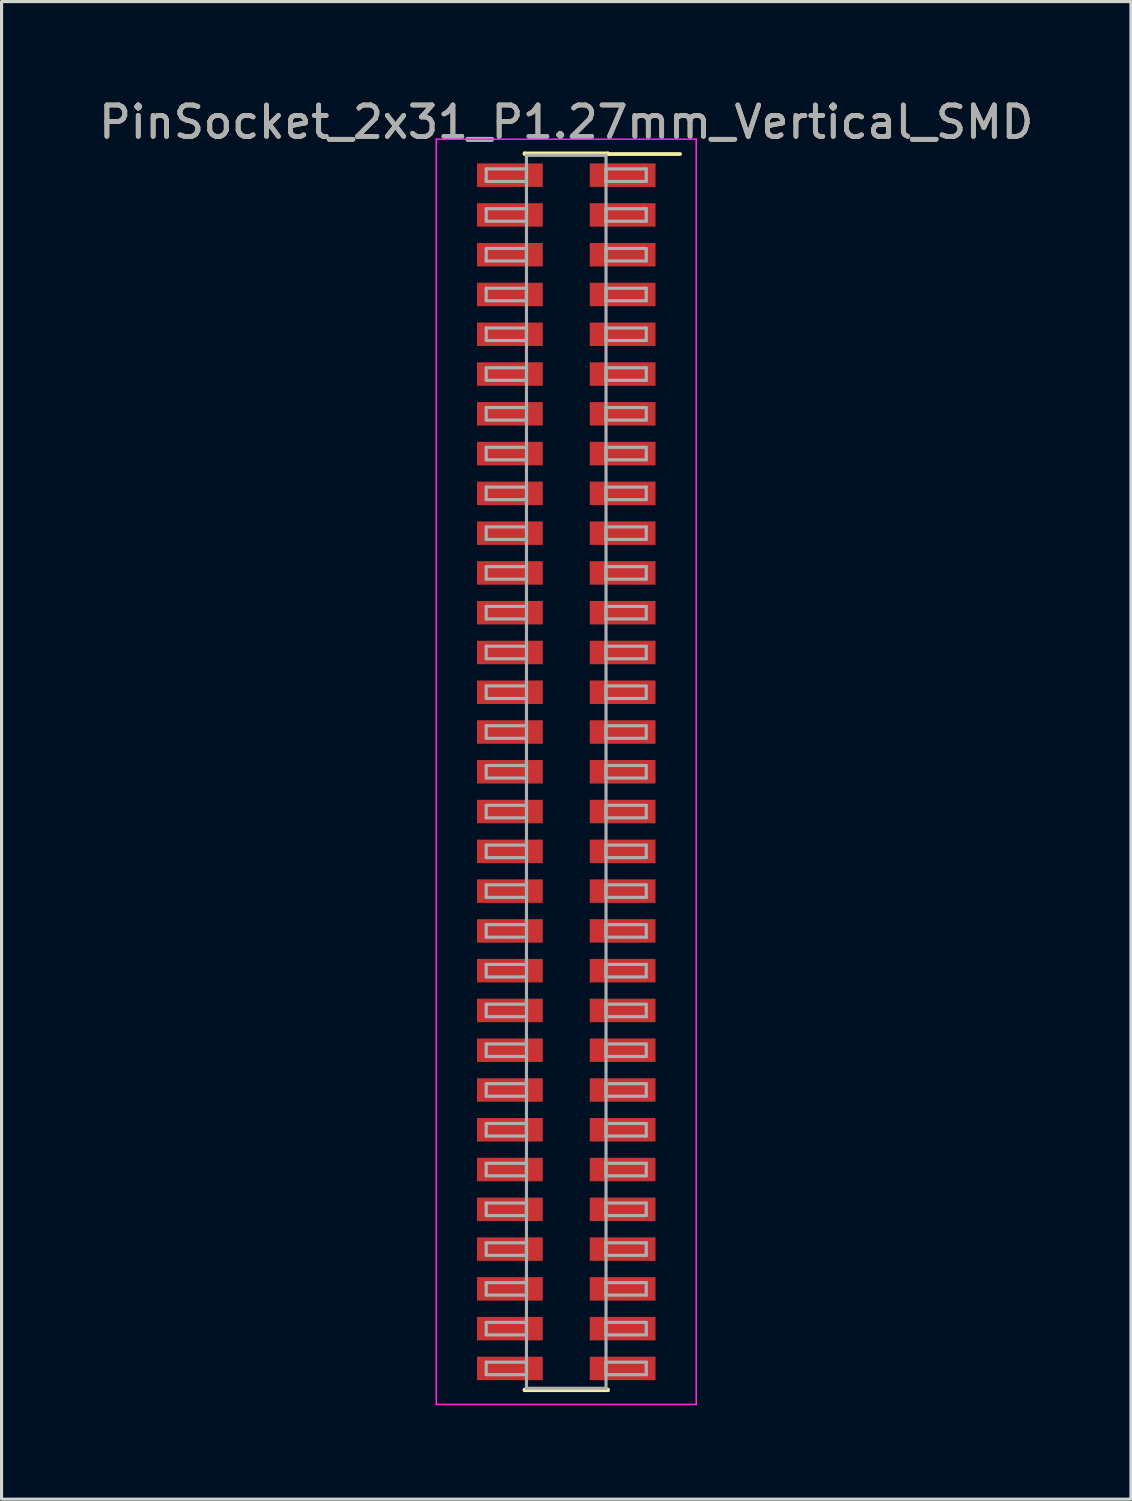
<source format=kicad_pcb>
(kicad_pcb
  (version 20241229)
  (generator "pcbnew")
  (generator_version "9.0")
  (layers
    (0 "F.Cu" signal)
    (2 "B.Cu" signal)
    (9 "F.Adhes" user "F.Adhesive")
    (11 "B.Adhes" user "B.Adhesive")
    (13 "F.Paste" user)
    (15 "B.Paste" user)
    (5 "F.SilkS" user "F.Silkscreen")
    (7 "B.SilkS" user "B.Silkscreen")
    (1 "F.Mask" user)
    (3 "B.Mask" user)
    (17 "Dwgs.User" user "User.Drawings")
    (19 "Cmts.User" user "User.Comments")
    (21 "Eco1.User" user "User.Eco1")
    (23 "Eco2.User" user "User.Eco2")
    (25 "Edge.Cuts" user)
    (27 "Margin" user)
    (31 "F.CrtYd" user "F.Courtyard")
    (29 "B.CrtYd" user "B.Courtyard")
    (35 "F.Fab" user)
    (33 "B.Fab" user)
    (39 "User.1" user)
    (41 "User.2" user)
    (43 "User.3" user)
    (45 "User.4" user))
  (footprint "PinSocket_2x31_P1.27mm_Vertical_SMD"
    (layer "F.Cu")
    (at 15.03 21.593)
    (property "Reference" "PinSocket_2x31_P1.27mm_Vertical_SMD" (at 0 -20.745 0) (layer "F.SilkS") (effects (font (size 1 1) (thickness 0.15))))
    (attr smd)
    (fp_line (start -1.33 -19.745) (end 1.33 -19.745) (stroke (width 0.12) (type solid)) (layer "F.SilkS"))
    (fp_line (start -1.33 -19.725) (end -1.33 -19.745) (stroke (width 0.12) (type solid)) (layer "F.SilkS"))
    (fp_line (start -1.33 19.725) (end -1.33 19.745) (stroke (width 0.12) (type solid)) (layer "F.SilkS"))
    (fp_line (start -1.33 19.745) (end 1.33 19.745) (stroke (width 0.12) (type solid)) (layer "F.SilkS"))
    (fp_line (start 1.33 -19.745) (end 1.33 -19.725) (stroke (width 0.12) (type solid)) (layer "F.SilkS"))
    (fp_line (start 1.33 19.745) (end 1.33 19.725) (stroke (width 0.12) (type solid)) (layer "F.SilkS"))
    (fp_line (start 3.635 -19.725) (end 1.33 -19.725) (stroke (width 0.12) (type solid)) (layer "F.SilkS"))
    (fp_line (start -4.15 -20.2) (end -4.15 20.2) (stroke (width 0.05) (type solid)) (layer "F.CrtYd"))
    (fp_line (start -4.15 20.2) (end 4.15 20.2) (stroke (width 0.05) (type solid)) (layer "F.CrtYd"))
    (fp_line (start 4.15 -20.2) (end -4.15 -20.2) (stroke (width 0.05) (type solid)) (layer "F.CrtYd"))
    (fp_line (start 4.15 20.2) (end 4.15 -20.2) (stroke (width 0.05) (type solid)) (layer "F.CrtYd"))
    (fp_line (start -2.555 -19.25) (end -1.27 -19.25) (stroke (width 0.1) (type solid)) (layer "F.Fab"))
    (fp_line (start -2.555 -18.85) (end -2.555 -19.25) (stroke (width 0.1) (type solid)) (layer "F.Fab"))
    (fp_line (start -2.555 -17.98) (end -1.27 -17.98) (stroke (width 0.1) (type solid)) (layer "F.Fab"))
    (fp_line (start -2.555 -17.58) (end -2.555 -17.98) (stroke (width 0.1) (type solid)) (layer "F.Fab"))
    (fp_line (start -2.555 -16.71) (end -1.27 -16.71) (stroke (width 0.1) (type solid)) (layer "F.Fab"))
    (fp_line (start -2.555 -16.31) (end -2.555 -16.71) (stroke (width 0.1) (type solid)) (layer "F.Fab"))
    (fp_line (start -2.555 -15.44) (end -1.27 -15.44) (stroke (width 0.1) (type solid)) (layer "F.Fab"))
    (fp_line (start -2.555 -15.04) (end -2.555 -15.44) (stroke (width 0.1) (type solid)) (layer "F.Fab"))
    (fp_line (start -2.555 -14.17) (end -1.27 -14.17) (stroke (width 0.1) (type solid)) (layer "F.Fab"))
    (fp_line (start -2.555 -13.77) (end -2.555 -14.17) (stroke (width 0.1) (type solid)) (layer "F.Fab"))
    (fp_line (start -2.555 -12.9) (end -1.27 -12.9) (stroke (width 0.1) (type solid)) (layer "F.Fab"))
    (fp_line (start -2.555 -12.5) (end -2.555 -12.9) (stroke (width 0.1) (type solid)) (layer "F.Fab"))
    (fp_line (start -2.555 -11.63) (end -1.27 -11.63) (stroke (width 0.1) (type solid)) (layer "F.Fab"))
    (fp_line (start -2.555 -11.23) (end -2.555 -11.63) (stroke (width 0.1) (type solid)) (layer "F.Fab"))
    (fp_line (start -2.555 -10.36) (end -1.27 -10.36) (stroke (width 0.1) (type solid)) (layer "F.Fab"))
    (fp_line (start -2.555 -9.96) (end -2.555 -10.36) (stroke (width 0.1) (type solid)) (layer "F.Fab"))
    (fp_line (start -2.555 -9.09) (end -1.27 -9.09) (stroke (width 0.1) (type solid)) (layer "F.Fab"))
    (fp_line (start -2.555 -8.69) (end -2.555 -9.09) (stroke (width 0.1) (type solid)) (layer "F.Fab"))
    (fp_line (start -2.555 -7.82) (end -1.27 -7.82) (stroke (width 0.1) (type solid)) (layer "F.Fab"))
    (fp_line (start -2.555 -7.42) (end -2.555 -7.82) (stroke (width 0.1) (type solid)) (layer "F.Fab"))
    (fp_line (start -2.555 -6.55) (end -1.27 -6.55) (stroke (width 0.1) (type solid)) (layer "F.Fab"))
    (fp_line (start -2.555 -6.15) (end -2.555 -6.55) (stroke (width 0.1) (type solid)) (layer "F.Fab"))
    (fp_line (start -2.555 -5.28) (end -1.27 -5.28) (stroke (width 0.1) (type solid)) (layer "F.Fab"))
    (fp_line (start -2.555 -4.88) (end -2.555 -5.28) (stroke (width 0.1) (type solid)) (layer "F.Fab"))
    (fp_line (start -2.555 -4.01) (end -1.27 -4.01) (stroke (width 0.1) (type solid)) (layer "F.Fab"))
    (fp_line (start -2.555 -3.61) (end -2.555 -4.01) (stroke (width 0.1) (type solid)) (layer "F.Fab"))
    (fp_line (start -2.555 -2.74) (end -1.27 -2.74) (stroke (width 0.1) (type solid)) (layer "F.Fab"))
    (fp_line (start -2.555 -2.34) (end -2.555 -2.74) (stroke (width 0.1) (type solid)) (layer "F.Fab"))
    (fp_line (start -2.555 -1.47) (end -1.27 -1.47) (stroke (width 0.1) (type solid)) (layer "F.Fab"))
    (fp_line (start -2.555 -1.07) (end -2.555 -1.47) (stroke (width 0.1) (type solid)) (layer "F.Fab"))
    (fp_line (start -2.555 -0.2) (end -1.27 -0.2) (stroke (width 0.1) (type solid)) (layer "F.Fab"))
    (fp_line (start -2.555 0.2) (end -2.555 -0.2) (stroke (width 0.1) (type solid)) (layer "F.Fab"))
    (fp_line (start -2.555 1.07) (end -1.27 1.07) (stroke (width 0.1) (type solid)) (layer "F.Fab"))
    (fp_line (start -2.555 1.47) (end -2.555 1.07) (stroke (width 0.1) (type solid)) (layer "F.Fab"))
    (fp_line (start -2.555 2.34) (end -1.27 2.34) (stroke (width 0.1) (type solid)) (layer "F.Fab"))
    (fp_line (start -2.555 2.74) (end -2.555 2.34) (stroke (width 0.1) (type solid)) (layer "F.Fab"))
    (fp_line (start -2.555 3.61) (end -1.27 3.61) (stroke (width 0.1) (type solid)) (layer "F.Fab"))
    (fp_line (start -2.555 4.01) (end -2.555 3.61) (stroke (width 0.1) (type solid)) (layer "F.Fab"))
    (fp_line (start -2.555 4.88) (end -1.27 4.88) (stroke (width 0.1) (type solid)) (layer "F.Fab"))
    (fp_line (start -2.555 5.28) (end -2.555 4.88) (stroke (width 0.1) (type solid)) (layer "F.Fab"))
    (fp_line (start -2.555 6.15) (end -1.27 6.15) (stroke (width 0.1) (type solid)) (layer "F.Fab"))
    (fp_line (start -2.555 6.55) (end -2.555 6.15) (stroke (width 0.1) (type solid)) (layer "F.Fab"))
    (fp_line (start -2.555 7.42) (end -1.27 7.42) (stroke (width 0.1) (type solid)) (layer "F.Fab"))
    (fp_line (start -2.555 7.82) (end -2.555 7.42) (stroke (width 0.1) (type solid)) (layer "F.Fab"))
    (fp_line (start -2.555 8.69) (end -1.27 8.69) (stroke (width 0.1) (type solid)) (layer "F.Fab"))
    (fp_line (start -2.555 9.09) (end -2.555 8.69) (stroke (width 0.1) (type solid)) (layer "F.Fab"))
    (fp_line (start -2.555 9.96) (end -1.27 9.96) (stroke (width 0.1) (type solid)) (layer "F.Fab"))
    (fp_line (start -2.555 10.36) (end -2.555 9.96) (stroke (width 0.1) (type solid)) (layer "F.Fab"))
    (fp_line (start -2.555 11.23) (end -1.27 11.23) (stroke (width 0.1) (type solid)) (layer "F.Fab"))
    (fp_line (start -2.555 11.63) (end -2.555 11.23) (stroke (width 0.1) (type solid)) (layer "F.Fab"))
    (fp_line (start -2.555 12.5) (end -1.27 12.5) (stroke (width 0.1) (type solid)) (layer "F.Fab"))
    (fp_line (start -2.555 12.9) (end -2.555 12.5) (stroke (width 0.1) (type solid)) (layer "F.Fab"))
    (fp_line (start -2.555 13.77) (end -1.27 13.77) (stroke (width 0.1) (type solid)) (layer "F.Fab"))
    (fp_line (start -2.555 14.17) (end -2.555 13.77) (stroke (width 0.1) (type solid)) (layer "F.Fab"))
    (fp_line (start -2.555 15.04) (end -1.27 15.04) (stroke (width 0.1) (type solid)) (layer "F.Fab"))
    (fp_line (start -2.555 15.44) (end -2.555 15.04) (stroke (width 0.1) (type solid)) (layer "F.Fab"))
    (fp_line (start -2.555 16.31) (end -1.27 16.31) (stroke (width 0.1) (type solid)) (layer "F.Fab"))
    (fp_line (start -2.555 16.71) (end -2.555 16.31) (stroke (width 0.1) (type solid)) (layer "F.Fab"))
    (fp_line (start -2.555 17.58) (end -1.27 17.58) (stroke (width 0.1) (type solid)) (layer "F.Fab"))
    (fp_line (start -2.555 17.98) (end -2.555 17.58) (stroke (width 0.1) (type solid)) (layer "F.Fab"))
    (fp_line (start -2.555 18.85) (end -1.27 18.85) (stroke (width 0.1) (type solid)) (layer "F.Fab"))
    (fp_line (start -2.555 19.25) (end -2.555 18.85) (stroke (width 0.1) (type solid)) (layer "F.Fab"))
    (fp_line (start -1.27 -19.685) (end -1.27 19.685) (stroke (width 0.1) (type solid)) (layer "F.Fab"))
    (fp_line (start -1.27 -19.25) (end -1.27 -18.85) (stroke (width 0.1) (type solid)) (layer "F.Fab"))
    (fp_line (start -1.27 -18.85) (end -2.555 -18.85) (stroke (width 0.1) (type solid)) (layer "F.Fab"))
    (fp_line (start -1.27 -17.98) (end -1.27 -17.58) (stroke (width 0.1) (type solid)) (layer "F.Fab"))
    (fp_line (start -1.27 -17.58) (end -2.555 -17.58) (stroke (width 0.1) (type solid)) (layer "F.Fab"))
    (fp_line (start -1.27 -16.71) (end -1.27 -16.31) (stroke (width 0.1) (type solid)) (layer "F.Fab"))
    (fp_line (start -1.27 -16.31) (end -2.555 -16.31) (stroke (width 0.1) (type solid)) (layer "F.Fab"))
    (fp_line (start -1.27 -15.44) (end -1.27 -15.04) (stroke (width 0.1) (type solid)) (layer "F.Fab"))
    (fp_line (start -1.27 -15.04) (end -2.555 -15.04) (stroke (width 0.1) (type solid)) (layer "F.Fab"))
    (fp_line (start -1.27 -14.17) (end -1.27 -13.77) (stroke (width 0.1) (type solid)) (layer "F.Fab"))
    (fp_line (start -1.27 -13.77) (end -2.555 -13.77) (stroke (width 0.1) (type solid)) (layer "F.Fab"))
    (fp_line (start -1.27 -12.9) (end -1.27 -12.5) (stroke (width 0.1) (type solid)) (layer "F.Fab"))
    (fp_line (start -1.27 -12.5) (end -2.555 -12.5) (stroke (width 0.1) (type solid)) (layer "F.Fab"))
    (fp_line (start -1.27 -11.63) (end -1.27 -11.23) (stroke (width 0.1) (type solid)) (layer "F.Fab"))
    (fp_line (start -1.27 -11.23) (end -2.555 -11.23) (stroke (width 0.1) (type solid)) (layer "F.Fab"))
    (fp_line (start -1.27 -10.36) (end -1.27 -9.96) (stroke (width 0.1) (type solid)) (layer "F.Fab"))
    (fp_line (start -1.27 -9.96) (end -2.555 -9.96) (stroke (width 0.1) (type solid)) (layer "F.Fab"))
    (fp_line (start -1.27 -9.09) (end -1.27 -8.69) (stroke (width 0.1) (type solid)) (layer "F.Fab"))
    (fp_line (start -1.27 -8.69) (end -2.555 -8.69) (stroke (width 0.1) (type solid)) (layer "F.Fab"))
    (fp_line (start -1.27 -7.82) (end -1.27 -7.42) (stroke (width 0.1) (type solid)) (layer "F.Fab"))
    (fp_line (start -1.27 -7.42) (end -2.555 -7.42) (stroke (width 0.1) (type solid)) (layer "F.Fab"))
    (fp_line (start -1.27 -6.55) (end -1.27 -6.15) (stroke (width 0.1) (type solid)) (layer "F.Fab"))
    (fp_line (start -1.27 -6.15) (end -2.555 -6.15) (stroke (width 0.1) (type solid)) (layer "F.Fab"))
    (fp_line (start -1.27 -5.28) (end -1.27 -4.88) (stroke (width 0.1) (type solid)) (layer "F.Fab"))
    (fp_line (start -1.27 -4.88) (end -2.555 -4.88) (stroke (width 0.1) (type solid)) (layer "F.Fab"))
    (fp_line (start -1.27 -4.01) (end -1.27 -3.61) (stroke (width 0.1) (type solid)) (layer "F.Fab"))
    (fp_line (start -1.27 -3.61) (end -2.555 -3.61) (stroke (width 0.1) (type solid)) (layer "F.Fab"))
    (fp_line (start -1.27 -2.74) (end -1.27 -2.34) (stroke (width 0.1) (type solid)) (layer "F.Fab"))
    (fp_line (start -1.27 -2.34) (end -2.555 -2.34) (stroke (width 0.1) (type solid)) (layer "F.Fab"))
    (fp_line (start -1.27 -1.47) (end -1.27 -1.07) (stroke (width 0.1) (type solid)) (layer "F.Fab"))
    (fp_line (start -1.27 -1.07) (end -2.555 -1.07) (stroke (width 0.1) (type solid)) (layer "F.Fab"))
    (fp_line (start -1.27 -0.2) (end -1.27 0.2) (stroke (width 0.1) (type solid)) (layer "F.Fab"))
    (fp_line (start -1.27 0.2) (end -2.555 0.2) (stroke (width 0.1) (type solid)) (layer "F.Fab"))
    (fp_line (start -1.27 1.07) (end -1.27 1.47) (stroke (width 0.1) (type solid)) (layer "F.Fab"))
    (fp_line (start -1.27 1.47) (end -2.555 1.47) (stroke (width 0.1) (type solid)) (layer "F.Fab"))
    (fp_line (start -1.27 2.34) (end -1.27 2.74) (stroke (width 0.1) (type solid)) (layer "F.Fab"))
    (fp_line (start -1.27 2.74) (end -2.555 2.74) (stroke (width 0.1) (type solid)) (layer "F.Fab"))
    (fp_line (start -1.27 3.61) (end -1.27 4.01) (stroke (width 0.1) (type solid)) (layer "F.Fab"))
    (fp_line (start -1.27 4.01) (end -2.555 4.01) (stroke (width 0.1) (type solid)) (layer "F.Fab"))
    (fp_line (start -1.27 4.88) (end -1.27 5.28) (stroke (width 0.1) (type solid)) (layer "F.Fab"))
    (fp_line (start -1.27 5.28) (end -2.555 5.28) (stroke (width 0.1) (type solid)) (layer "F.Fab"))
    (fp_line (start -1.27 6.15) (end -1.27 6.55) (stroke (width 0.1) (type solid)) (layer "F.Fab"))
    (fp_line (start -1.27 6.55) (end -2.555 6.55) (stroke (width 0.1) (type solid)) (layer "F.Fab"))
    (fp_line (start -1.27 7.42) (end -1.27 7.82) (stroke (width 0.1) (type solid)) (layer "F.Fab"))
    (fp_line (start -1.27 7.82) (end -2.555 7.82) (stroke (width 0.1) (type solid)) (layer "F.Fab"))
    (fp_line (start -1.27 8.69) (end -1.27 9.09) (stroke (width 0.1) (type solid)) (layer "F.Fab"))
    (fp_line (start -1.27 9.09) (end -2.555 9.09) (stroke (width 0.1) (type solid)) (layer "F.Fab"))
    (fp_line (start -1.27 9.96) (end -1.27 10.36) (stroke (width 0.1) (type solid)) (layer "F.Fab"))
    (fp_line (start -1.27 10.36) (end -2.555 10.36) (stroke (width 0.1) (type solid)) (layer "F.Fab"))
    (fp_line (start -1.27 11.23) (end -1.27 11.63) (stroke (width 0.1) (type solid)) (layer "F.Fab"))
    (fp_line (start -1.27 11.63) (end -2.555 11.63) (stroke (width 0.1) (type solid)) (layer "F.Fab"))
    (fp_line (start -1.27 12.5) (end -1.27 12.9) (stroke (width 0.1) (type solid)) (layer "F.Fab"))
    (fp_line (start -1.27 12.9) (end -2.555 12.9) (stroke (width 0.1) (type solid)) (layer "F.Fab"))
    (fp_line (start -1.27 13.77) (end -1.27 14.17) (stroke (width 0.1) (type solid)) (layer "F.Fab"))
    (fp_line (start -1.27 14.17) (end -2.555 14.17) (stroke (width 0.1) (type solid)) (layer "F.Fab"))
    (fp_line (start -1.27 15.04) (end -1.27 15.44) (stroke (width 0.1) (type solid)) (layer "F.Fab"))
    (fp_line (start -1.27 15.44) (end -2.555 15.44) (stroke (width 0.1) (type solid)) (layer "F.Fab"))
    (fp_line (start -1.27 16.31) (end -1.27 16.71) (stroke (width 0.1) (type solid)) (layer "F.Fab"))
    (fp_line (start -1.27 16.71) (end -2.555 16.71) (stroke (width 0.1) (type solid)) (layer "F.Fab"))
    (fp_line (start -1.27 17.58) (end -1.27 17.98) (stroke (width 0.1) (type solid)) (layer "F.Fab"))
    (fp_line (start -1.27 17.98) (end -2.555 17.98) (stroke (width 0.1) (type solid)) (layer "F.Fab"))
    (fp_line (start -1.27 18.85) (end -1.27 19.25) (stroke (width 0.1) (type solid)) (layer "F.Fab"))
    (fp_line (start -1.27 19.25) (end -2.555 19.25) (stroke (width 0.1) (type solid)) (layer "F.Fab"))
    (fp_line (start -1.27 19.685) (end 1.27 19.685) (stroke (width 0.1) (type solid)) (layer "F.Fab"))
    (fp_line (start 1.27 -19.685) (end -1.27 -19.685) (stroke (width 0.1) (type solid)) (layer "F.Fab"))
    (fp_line (start 1.27 -19.25) (end 1.27 -18.85) (stroke (width 0.1) (type solid)) (layer "F.Fab"))
    (fp_line (start 1.27 -18.85) (end 2.555 -18.85) (stroke (width 0.1) (type solid)) (layer "F.Fab"))
    (fp_line (start 1.27 -17.98) (end 1.27 -17.58) (stroke (width 0.1) (type solid)) (layer "F.Fab"))
    (fp_line (start 1.27 -17.58) (end 2.555 -17.58) (stroke (width 0.1) (type solid)) (layer "F.Fab"))
    (fp_line (start 1.27 -16.71) (end 1.27 -16.31) (stroke (width 0.1) (type solid)) (layer "F.Fab"))
    (fp_line (start 1.27 -16.31) (end 2.555 -16.31) (stroke (width 0.1) (type solid)) (layer "F.Fab"))
    (fp_line (start 1.27 -15.44) (end 1.27 -15.04) (stroke (width 0.1) (type solid)) (layer "F.Fab"))
    (fp_line (start 1.27 -15.04) (end 2.555 -15.04) (stroke (width 0.1) (type solid)) (layer "F.Fab"))
    (fp_line (start 1.27 -14.17) (end 1.27 -13.77) (stroke (width 0.1) (type solid)) (layer "F.Fab"))
    (fp_line (start 1.27 -13.77) (end 2.555 -13.77) (stroke (width 0.1) (type solid)) (layer "F.Fab"))
    (fp_line (start 1.27 -12.9) (end 1.27 -12.5) (stroke (width 0.1) (type solid)) (layer "F.Fab"))
    (fp_line (start 1.27 -12.5) (end 2.555 -12.5) (stroke (width 0.1) (type solid)) (layer "F.Fab"))
    (fp_line (start 1.27 -11.63) (end 1.27 -11.23) (stroke (width 0.1) (type solid)) (layer "F.Fab"))
    (fp_line (start 1.27 -11.23) (end 2.555 -11.23) (stroke (width 0.1) (type solid)) (layer "F.Fab"))
    (fp_line (start 1.27 -10.36) (end 1.27 -9.96) (stroke (width 0.1) (type solid)) (layer "F.Fab"))
    (fp_line (start 1.27 -9.96) (end 2.555 -9.96) (stroke (width 0.1) (type solid)) (layer "F.Fab"))
    (fp_line (start 1.27 -9.09) (end 1.27 -8.69) (stroke (width 0.1) (type solid)) (layer "F.Fab"))
    (fp_line (start 1.27 -8.69) (end 2.555 -8.69) (stroke (width 0.1) (type solid)) (layer "F.Fab"))
    (fp_line (start 1.27 -7.82) (end 1.27 -7.42) (stroke (width 0.1) (type solid)) (layer "F.Fab"))
    (fp_line (start 1.27 -7.42) (end 2.555 -7.42) (stroke (width 0.1) (type solid)) (layer "F.Fab"))
    (fp_line (start 1.27 -6.55) (end 1.27 -6.15) (stroke (width 0.1) (type solid)) (layer "F.Fab"))
    (fp_line (start 1.27 -6.15) (end 2.555 -6.15) (stroke (width 0.1) (type solid)) (layer "F.Fab"))
    (fp_line (start 1.27 -5.28) (end 1.27 -4.88) (stroke (width 0.1) (type solid)) (layer "F.Fab"))
    (fp_line (start 1.27 -4.88) (end 2.555 -4.88) (stroke (width 0.1) (type solid)) (layer "F.Fab"))
    (fp_line (start 1.27 -4.01) (end 1.27 -3.61) (stroke (width 0.1) (type solid)) (layer "F.Fab"))
    (fp_line (start 1.27 -3.61) (end 2.555 -3.61) (stroke (width 0.1) (type solid)) (layer "F.Fab"))
    (fp_line (start 1.27 -2.74) (end 1.27 -2.34) (stroke (width 0.1) (type solid)) (layer "F.Fab"))
    (fp_line (start 1.27 -2.34) (end 2.555 -2.34) (stroke (width 0.1) (type solid)) (layer "F.Fab"))
    (fp_line (start 1.27 -1.47) (end 1.27 -1.07) (stroke (width 0.1) (type solid)) (layer "F.Fab"))
    (fp_line (start 1.27 -1.07) (end 2.555 -1.07) (stroke (width 0.1) (type solid)) (layer "F.Fab"))
    (fp_line (start 1.27 -0.2) (end 1.27 0.2) (stroke (width 0.1) (type solid)) (layer "F.Fab"))
    (fp_line (start 1.27 0.2) (end 2.555 0.2) (stroke (width 0.1) (type solid)) (layer "F.Fab"))
    (fp_line (start 1.27 1.07) (end 1.27 1.47) (stroke (width 0.1) (type solid)) (layer "F.Fab"))
    (fp_line (start 1.27 1.47) (end 2.555 1.47) (stroke (width 0.1) (type solid)) (layer "F.Fab"))
    (fp_line (start 1.27 2.34) (end 1.27 2.74) (stroke (width 0.1) (type solid)) (layer "F.Fab"))
    (fp_line (start 1.27 2.74) (end 2.555 2.74) (stroke (width 0.1) (type solid)) (layer "F.Fab"))
    (fp_line (start 1.27 3.61) (end 1.27 4.01) (stroke (width 0.1) (type solid)) (layer "F.Fab"))
    (fp_line (start 1.27 4.01) (end 2.555 4.01) (stroke (width 0.1) (type solid)) (layer "F.Fab"))
    (fp_line (start 1.27 4.88) (end 1.27 5.28) (stroke (width 0.1) (type solid)) (layer "F.Fab"))
    (fp_line (start 1.27 5.28) (end 2.555 5.28) (stroke (width 0.1) (type solid)) (layer "F.Fab"))
    (fp_line (start 1.27 6.15) (end 1.27 6.55) (stroke (width 0.1) (type solid)) (layer "F.Fab"))
    (fp_line (start 1.27 6.55) (end 2.555 6.55) (stroke (width 0.1) (type solid)) (layer "F.Fab"))
    (fp_line (start 1.27 7.42) (end 1.27 7.82) (stroke (width 0.1) (type solid)) (layer "F.Fab"))
    (fp_line (start 1.27 7.82) (end 2.555 7.82) (stroke (width 0.1) (type solid)) (layer "F.Fab"))
    (fp_line (start 1.27 8.69) (end 1.27 9.09) (stroke (width 0.1) (type solid)) (layer "F.Fab"))
    (fp_line (start 1.27 9.09) (end 2.555 9.09) (stroke (width 0.1) (type solid)) (layer "F.Fab"))
    (fp_line (start 1.27 9.96) (end 1.27 10.36) (stroke (width 0.1) (type solid)) (layer "F.Fab"))
    (fp_line (start 1.27 10.36) (end 2.555 10.36) (stroke (width 0.1) (type solid)) (layer "F.Fab"))
    (fp_line (start 1.27 11.23) (end 1.27 11.63) (stroke (width 0.1) (type solid)) (layer "F.Fab"))
    (fp_line (start 1.27 11.63) (end 2.555 11.63) (stroke (width 0.1) (type solid)) (layer "F.Fab"))
    (fp_line (start 1.27 12.5) (end 1.27 12.9) (stroke (width 0.1) (type solid)) (layer "F.Fab"))
    (fp_line (start 1.27 12.9) (end 2.555 12.9) (stroke (width 0.1) (type solid)) (layer "F.Fab"))
    (fp_line (start 1.27 13.77) (end 1.27 14.17) (stroke (width 0.1) (type solid)) (layer "F.Fab"))
    (fp_line (start 1.27 14.17) (end 2.555 14.17) (stroke (width 0.1) (type solid)) (layer "F.Fab"))
    (fp_line (start 1.27 15.04) (end 1.27 15.44) (stroke (width 0.1) (type solid)) (layer "F.Fab"))
    (fp_line (start 1.27 15.44) (end 2.555 15.44) (stroke (width 0.1) (type solid)) (layer "F.Fab"))
    (fp_line (start 1.27 16.31) (end 1.27 16.71) (stroke (width 0.1) (type solid)) (layer "F.Fab"))
    (fp_line (start 1.27 16.71) (end 2.555 16.71) (stroke (width 0.1) (type solid)) (layer "F.Fab"))
    (fp_line (start 1.27 17.58) (end 1.27 17.98) (stroke (width 0.1) (type solid)) (layer "F.Fab"))
    (fp_line (start 1.27 17.98) (end 2.555 17.98) (stroke (width 0.1) (type solid)) (layer "F.Fab"))
    (fp_line (start 1.27 18.85) (end 1.27 19.25) (stroke (width 0.1) (type solid)) (layer "F.Fab"))
    (fp_line (start 1.27 19.25) (end 2.555 19.25) (stroke (width 0.1) (type solid)) (layer "F.Fab"))
    (fp_line (start 1.27 19.685) (end 1.27 -19.685) (stroke (width 0.1) (type solid)) (layer "F.Fab"))
    (fp_line (start 2.555 -19.25) (end 1.27 -19.25) (stroke (width 0.1) (type solid)) (layer "F.Fab"))
    (fp_line (start 2.555 -18.85) (end 2.555 -19.25) (stroke (width 0.1) (type solid)) (layer "F.Fab"))
    (fp_line (start 2.555 -17.98) (end 1.27 -17.98) (stroke (width 0.1) (type solid)) (layer "F.Fab"))
    (fp_line (start 2.555 -17.58) (end 2.555 -17.98) (stroke (width 0.1) (type solid)) (layer "F.Fab"))
    (fp_line (start 2.555 -16.71) (end 1.27 -16.71) (stroke (width 0.1) (type solid)) (layer "F.Fab"))
    (fp_line (start 2.555 -16.31) (end 2.555 -16.71) (stroke (width 0.1) (type solid)) (layer "F.Fab"))
    (fp_line (start 2.555 -15.44) (end 1.27 -15.44) (stroke (width 0.1) (type solid)) (layer "F.Fab"))
    (fp_line (start 2.555 -15.04) (end 2.555 -15.44) (stroke (width 0.1) (type solid)) (layer "F.Fab"))
    (fp_line (start 2.555 -14.17) (end 1.27 -14.17) (stroke (width 0.1) (type solid)) (layer "F.Fab"))
    (fp_line (start 2.555 -13.77) (end 2.555 -14.17) (stroke (width 0.1) (type solid)) (layer "F.Fab"))
    (fp_line (start 2.555 -12.9) (end 1.27 -12.9) (stroke (width 0.1) (type solid)) (layer "F.Fab"))
    (fp_line (start 2.555 -12.5) (end 2.555 -12.9) (stroke (width 0.1) (type solid)) (layer "F.Fab"))
    (fp_line (start 2.555 -11.63) (end 1.27 -11.63) (stroke (width 0.1) (type solid)) (layer "F.Fab"))
    (fp_line (start 2.555 -11.23) (end 2.555 -11.63) (stroke (width 0.1) (type solid)) (layer "F.Fab"))
    (fp_line (start 2.555 -10.36) (end 1.27 -10.36) (stroke (width 0.1) (type solid)) (layer "F.Fab"))
    (fp_line (start 2.555 -9.96) (end 2.555 -10.36) (stroke (width 0.1) (type solid)) (layer "F.Fab"))
    (fp_line (start 2.555 -9.09) (end 1.27 -9.09) (stroke (width 0.1) (type solid)) (layer "F.Fab"))
    (fp_line (start 2.555 -8.69) (end 2.555 -9.09) (stroke (width 0.1) (type solid)) (layer "F.Fab"))
    (fp_line (start 2.555 -7.82) (end 1.27 -7.82) (stroke (width 0.1) (type solid)) (layer "F.Fab"))
    (fp_line (start 2.555 -7.42) (end 2.555 -7.82) (stroke (width 0.1) (type solid)) (layer "F.Fab"))
    (fp_line (start 2.555 -6.55) (end 1.27 -6.55) (stroke (width 0.1) (type solid)) (layer "F.Fab"))
    (fp_line (start 2.555 -6.15) (end 2.555 -6.55) (stroke (width 0.1) (type solid)) (layer "F.Fab"))
    (fp_line (start 2.555 -5.28) (end 1.27 -5.28) (stroke (width 0.1) (type solid)) (layer "F.Fab"))
    (fp_line (start 2.555 -4.88) (end 2.555 -5.28) (stroke (width 0.1) (type solid)) (layer "F.Fab"))
    (fp_line (start 2.555 -4.01) (end 1.27 -4.01) (stroke (width 0.1) (type solid)) (layer "F.Fab"))
    (fp_line (start 2.555 -3.61) (end 2.555 -4.01) (stroke (width 0.1) (type solid)) (layer "F.Fab"))
    (fp_line (start 2.555 -2.74) (end 1.27 -2.74) (stroke (width 0.1) (type solid)) (layer "F.Fab"))
    (fp_line (start 2.555 -2.34) (end 2.555 -2.74) (stroke (width 0.1) (type solid)) (layer "F.Fab"))
    (fp_line (start 2.555 -1.47) (end 1.27 -1.47) (stroke (width 0.1) (type solid)) (layer "F.Fab"))
    (fp_line (start 2.555 -1.07) (end 2.555 -1.47) (stroke (width 0.1) (type solid)) (layer "F.Fab"))
    (fp_line (start 2.555 -0.2) (end 1.27 -0.2) (stroke (width 0.1) (type solid)) (layer "F.Fab"))
    (fp_line (start 2.555 0.2) (end 2.555 -0.2) (stroke (width 0.1) (type solid)) (layer "F.Fab"))
    (fp_line (start 2.555 1.07) (end 1.27 1.07) (stroke (width 0.1) (type solid)) (layer "F.Fab"))
    (fp_line (start 2.555 1.47) (end 2.555 1.07) (stroke (width 0.1) (type solid)) (layer "F.Fab"))
    (fp_line (start 2.555 2.34) (end 1.27 2.34) (stroke (width 0.1) (type solid)) (layer "F.Fab"))
    (fp_line (start 2.555 2.74) (end 2.555 2.34) (stroke (width 0.1) (type solid)) (layer "F.Fab"))
    (fp_line (start 2.555 3.61) (end 1.27 3.61) (stroke (width 0.1) (type solid)) (layer "F.Fab"))
    (fp_line (start 2.555 4.01) (end 2.555 3.61) (stroke (width 0.1) (type solid)) (layer "F.Fab"))
    (fp_line (start 2.555 4.88) (end 1.27 4.88) (stroke (width 0.1) (type solid)) (layer "F.Fab"))
    (fp_line (start 2.555 5.28) (end 2.555 4.88) (stroke (width 0.1) (type solid)) (layer "F.Fab"))
    (fp_line (start 2.555 6.15) (end 1.27 6.15) (stroke (width 0.1) (type solid)) (layer "F.Fab"))
    (fp_line (start 2.555 6.55) (end 2.555 6.15) (stroke (width 0.1) (type solid)) (layer "F.Fab"))
    (fp_line (start 2.555 7.42) (end 1.27 7.42) (stroke (width 0.1) (type solid)) (layer "F.Fab"))
    (fp_line (start 2.555 7.82) (end 2.555 7.42) (stroke (width 0.1) (type solid)) (layer "F.Fab"))
    (fp_line (start 2.555 8.69) (end 1.27 8.69) (stroke (width 0.1) (type solid)) (layer "F.Fab"))
    (fp_line (start 2.555 9.09) (end 2.555 8.69) (stroke (width 0.1) (type solid)) (layer "F.Fab"))
    (fp_line (start 2.555 9.96) (end 1.27 9.96) (stroke (width 0.1) (type solid)) (layer "F.Fab"))
    (fp_line (start 2.555 10.36) (end 2.555 9.96) (stroke (width 0.1) (type solid)) (layer "F.Fab"))
    (fp_line (start 2.555 11.23) (end 1.27 11.23) (stroke (width 0.1) (type solid)) (layer "F.Fab"))
    (fp_line (start 2.555 11.63) (end 2.555 11.23) (stroke (width 0.1) (type solid)) (layer "F.Fab"))
    (fp_line (start 2.555 12.5) (end 1.27 12.5) (stroke (width 0.1) (type solid)) (layer "F.Fab"))
    (fp_line (start 2.555 12.9) (end 2.555 12.5) (stroke (width 0.1) (type solid)) (layer "F.Fab"))
    (fp_line (start 2.555 13.77) (end 1.27 13.77) (stroke (width 0.1) (type solid)) (layer "F.Fab"))
    (fp_line (start 2.555 14.17) (end 2.555 13.77) (stroke (width 0.1) (type solid)) (layer "F.Fab"))
    (fp_line (start 2.555 15.04) (end 1.27 15.04) (stroke (width 0.1) (type solid)) (layer "F.Fab"))
    (fp_line (start 2.555 15.44) (end 2.555 15.04) (stroke (width 0.1) (type solid)) (layer "F.Fab"))
    (fp_line (start 2.555 16.31) (end 1.27 16.31) (stroke (width 0.1) (type solid)) (layer "F.Fab"))
    (fp_line (start 2.555 16.71) (end 2.555 16.31) (stroke (width 0.1) (type solid)) (layer "F.Fab"))
    (fp_line (start 2.555 17.58) (end 1.27 17.58) (stroke (width 0.1) (type solid)) (layer "F.Fab"))
    (fp_line (start 2.555 17.98) (end 2.555 17.58) (stroke (width 0.1) (type solid)) (layer "F.Fab"))
    (fp_line (start 2.555 18.85) (end 1.27 18.85) (stroke (width 0.1) (type solid)) (layer "F.Fab"))
    (fp_line (start 2.555 19.25) (end 2.555 18.85) (stroke (width 0.1) (type solid)) (layer "F.Fab"))
    (fp_text user "${REFERENCE}" (at 0 -20.745 0) (layer "F.Fab") (effects (font (size 1 1) (thickness 0.15))))
    (pad "1" smd rect (at 1.8 -19.05) (size 2.1 0.75) (layers "F.Cu" "F.Mask" "F.Paste"))
    (pad "2" smd rect (at -1.8 -19.05) (size 2.1 0.75) (layers "F.Cu" "F.Mask" "F.Paste"))
    (pad "3" smd rect (at 1.8 -17.78) (size 2.1 0.75) (layers "F.Cu" "F.Mask" "F.Paste"))
    (pad "4" smd rect (at -1.8 -17.78) (size 2.1 0.75) (layers "F.Cu" "F.Mask" "F.Paste"))
    (pad "5" smd rect (at 1.8 -16.51) (size 2.1 0.75) (layers "F.Cu" "F.Mask" "F.Paste"))
    (pad "6" smd rect (at -1.8 -16.51) (size 2.1 0.75) (layers "F.Cu" "F.Mask" "F.Paste"))
    (pad "7" smd rect (at 1.8 -15.24) (size 2.1 0.75) (layers "F.Cu" "F.Mask" "F.Paste"))
    (pad "8" smd rect (at -1.8 -15.24) (size 2.1 0.75) (layers "F.Cu" "F.Mask" "F.Paste"))
    (pad "9" smd rect (at 1.8 -13.97) (size 2.1 0.75) (layers "F.Cu" "F.Mask" "F.Paste"))
    (pad "10" smd rect (at -1.8 -13.97) (size 2.1 0.75) (layers "F.Cu" "F.Mask" "F.Paste"))
    (pad "11" smd rect (at 1.8 -12.7) (size 2.1 0.75) (layers "F.Cu" "F.Mask" "F.Paste"))
    (pad "12" smd rect (at -1.8 -12.7) (size 2.1 0.75) (layers "F.Cu" "F.Mask" "F.Paste"))
    (pad "13" smd rect (at 1.8 -11.43) (size 2.1 0.75) (layers "F.Cu" "F.Mask" "F.Paste"))
    (pad "14" smd rect (at -1.8 -11.43) (size 2.1 0.75) (layers "F.Cu" "F.Mask" "F.Paste"))
    (pad "15" smd rect (at 1.8 -10.16) (size 2.1 0.75) (layers "F.Cu" "F.Mask" "F.Paste"))
    (pad "16" smd rect (at -1.8 -10.16) (size 2.1 0.75) (layers "F.Cu" "F.Mask" "F.Paste"))
    (pad "17" smd rect (at 1.8 -8.89) (size 2.1 0.75) (layers "F.Cu" "F.Mask" "F.Paste"))
    (pad "18" smd rect (at -1.8 -8.89) (size 2.1 0.75) (layers "F.Cu" "F.Mask" "F.Paste"))
    (pad "19" smd rect (at 1.8 -7.62) (size 2.1 0.75) (layers "F.Cu" "F.Mask" "F.Paste"))
    (pad "20" smd rect (at -1.8 -7.62) (size 2.1 0.75) (layers "F.Cu" "F.Mask" "F.Paste"))
    (pad "21" smd rect (at 1.8 -6.35) (size 2.1 0.75) (layers "F.Cu" "F.Mask" "F.Paste"))
    (pad "22" smd rect (at -1.8 -6.35) (size 2.1 0.75) (layers "F.Cu" "F.Mask" "F.Paste"))
    (pad "23" smd rect (at 1.8 -5.08) (size 2.1 0.75) (layers "F.Cu" "F.Mask" "F.Paste"))
    (pad "24" smd rect (at -1.8 -5.08) (size 2.1 0.75) (layers "F.Cu" "F.Mask" "F.Paste"))
    (pad "25" smd rect (at 1.8 -3.81) (size 2.1 0.75) (layers "F.Cu" "F.Mask" "F.Paste"))
    (pad "26" smd rect (at -1.8 -3.81) (size 2.1 0.75) (layers "F.Cu" "F.Mask" "F.Paste"))
    (pad "27" smd rect (at 1.8 -2.54) (size 2.1 0.75) (layers "F.Cu" "F.Mask" "F.Paste"))
    (pad "28" smd rect (at -1.8 -2.54) (size 2.1 0.75) (layers "F.Cu" "F.Mask" "F.Paste"))
    (pad "29" smd rect (at 1.8 -1.27) (size 2.1 0.75) (layers "F.Cu" "F.Mask" "F.Paste"))
    (pad "30" smd rect (at -1.8 -1.27) (size 2.1 0.75) (layers "F.Cu" "F.Mask" "F.Paste"))
    (pad "31" smd rect (at 1.8 0) (size 2.1 0.75) (layers "F.Cu" "F.Mask" "F.Paste"))
    (pad "32" smd rect (at -1.8 0) (size 2.1 0.75) (layers "F.Cu" "F.Mask" "F.Paste"))
    (pad "33" smd rect (at 1.8 1.27) (size 2.1 0.75) (layers "F.Cu" "F.Mask" "F.Paste"))
    (pad "34" smd rect (at -1.8 1.27) (size 2.1 0.75) (layers "F.Cu" "F.Mask" "F.Paste"))
    (pad "35" smd rect (at 1.8 2.54) (size 2.1 0.75) (layers "F.Cu" "F.Mask" "F.Paste"))
    (pad "36" smd rect (at -1.8 2.54) (size 2.1 0.75) (layers "F.Cu" "F.Mask" "F.Paste"))
    (pad "37" smd rect (at 1.8 3.81) (size 2.1 0.75) (layers "F.Cu" "F.Mask" "F.Paste"))
    (pad "38" smd rect (at -1.8 3.81) (size 2.1 0.75) (layers "F.Cu" "F.Mask" "F.Paste"))
    (pad "39" smd rect (at 1.8 5.08) (size 2.1 0.75) (layers "F.Cu" "F.Mask" "F.Paste"))
    (pad "40" smd rect (at -1.8 5.08) (size 2.1 0.75) (layers "F.Cu" "F.Mask" "F.Paste"))
    (pad "41" smd rect (at 1.8 6.35) (size 2.1 0.75) (layers "F.Cu" "F.Mask" "F.Paste"))
    (pad "42" smd rect (at -1.8 6.35) (size 2.1 0.75) (layers "F.Cu" "F.Mask" "F.Paste"))
    (pad "43" smd rect (at 1.8 7.62) (size 2.1 0.75) (layers "F.Cu" "F.Mask" "F.Paste"))
    (pad "44" smd rect (at -1.8 7.62) (size 2.1 0.75) (layers "F.Cu" "F.Mask" "F.Paste"))
    (pad "45" smd rect (at 1.8 8.89) (size 2.1 0.75) (layers "F.Cu" "F.Mask" "F.Paste"))
    (pad "46" smd rect (at -1.8 8.89) (size 2.1 0.75) (layers "F.Cu" "F.Mask" "F.Paste"))
    (pad "47" smd rect (at 1.8 10.16) (size 2.1 0.75) (layers "F.Cu" "F.Mask" "F.Paste"))
    (pad "48" smd rect (at -1.8 10.16) (size 2.1 0.75) (layers "F.Cu" "F.Mask" "F.Paste"))
    (pad "49" smd rect (at 1.8 11.43) (size 2.1 0.75) (layers "F.Cu" "F.Mask" "F.Paste"))
    (pad "50" smd rect (at -1.8 11.43) (size 2.1 0.75) (layers "F.Cu" "F.Mask" "F.Paste"))
    (pad "51" smd rect (at 1.8 12.7) (size 2.1 0.75) (layers "F.Cu" "F.Mask" "F.Paste"))
    (pad "52" smd rect (at -1.8 12.7) (size 2.1 0.75) (layers "F.Cu" "F.Mask" "F.Paste"))
    (pad "53" smd rect (at 1.8 13.97) (size 2.1 0.75) (layers "F.Cu" "F.Mask" "F.Paste"))
    (pad "54" smd rect (at -1.8 13.97) (size 2.1 0.75) (layers "F.Cu" "F.Mask" "F.Paste"))
    (pad "55" smd rect (at 1.8 15.24) (size 2.1 0.75) (layers "F.Cu" "F.Mask" "F.Paste"))
    (pad "56" smd rect (at -1.8 15.24) (size 2.1 0.75) (layers "F.Cu" "F.Mask" "F.Paste"))
    (pad "57" smd rect (at 1.8 16.51) (size 2.1 0.75) (layers "F.Cu" "F.Mask" "F.Paste"))
    (pad "58" smd rect (at -1.8 16.51) (size 2.1 0.75) (layers "F.Cu" "F.Mask" "F.Paste"))
    (pad "59" smd rect (at 1.8 17.78) (size 2.1 0.75) (layers "F.Cu" "F.Mask" "F.Paste"))
    (pad "60" smd rect (at -1.8 17.78) (size 2.1 0.75) (layers "F.Cu" "F.Mask" "F.Paste"))
    (pad "61" smd rect (at 1.8 19.05) (size 2.1 0.75) (layers "F.Cu" "F.Mask" "F.Paste"))
    (pad "62" smd rect (at -1.8 19.05) (size 2.1 0.75) (layers "F.Cu" "F.Mask" "F.Paste")))
  (gr_rect
    (start -3 -3)
    (end 33.06 44.818)
    (stroke (width 0.1) (type default))
    (fill no)
    (layer "Edge.Cuts")))
</source>
